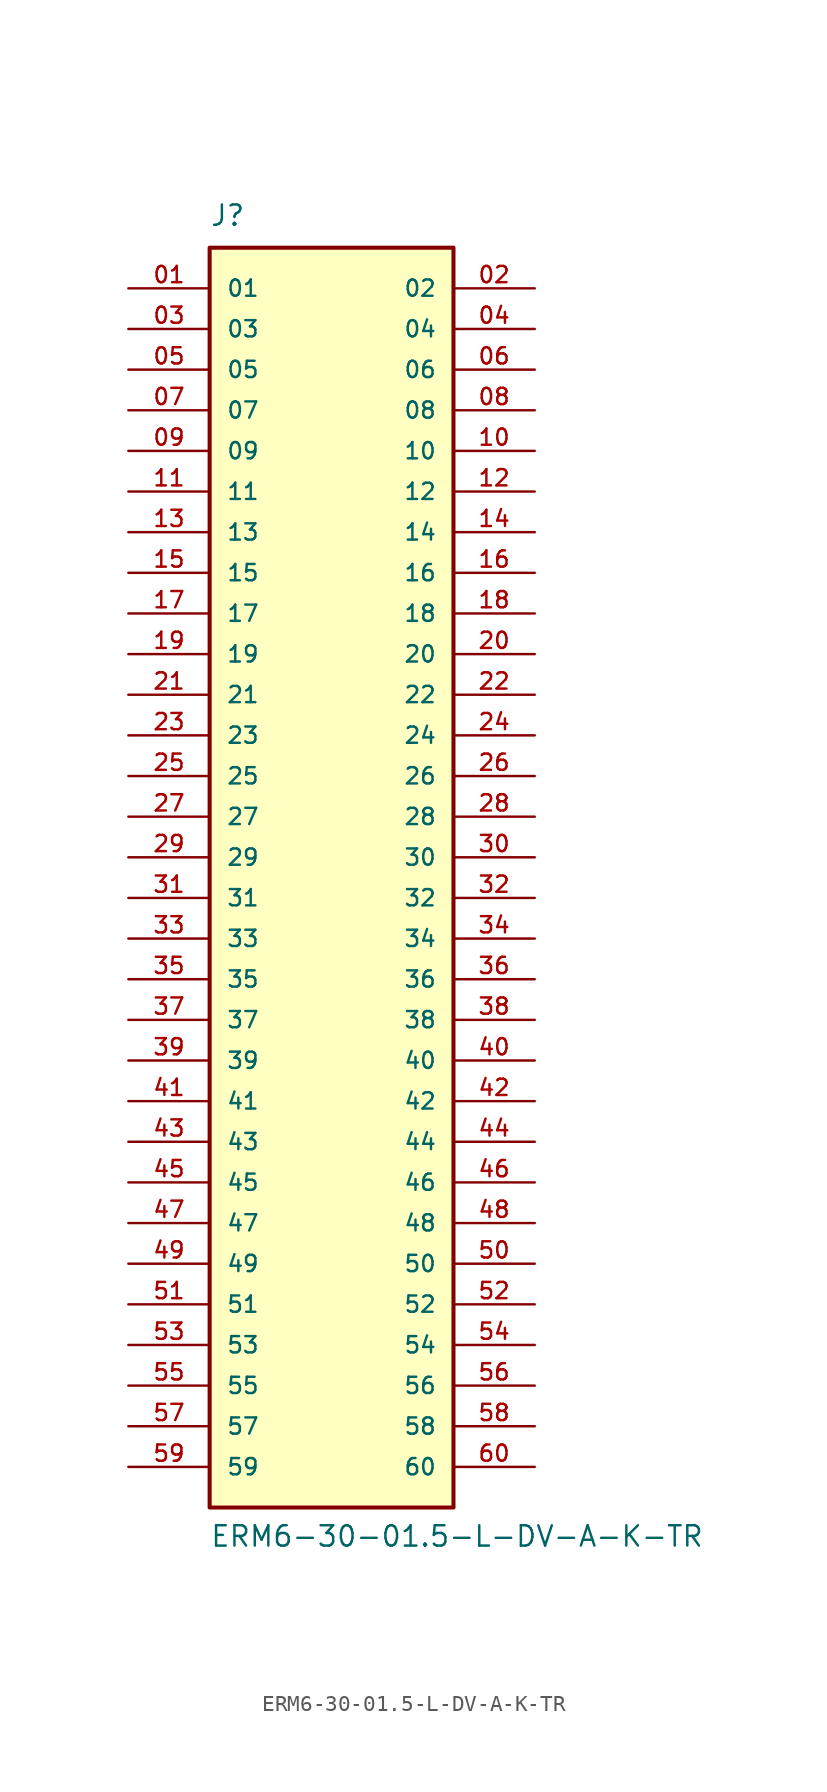
<source format=kicad_sym>
(kicad_symbol_lib
  (version 20211014)
  (generator kicad_symbol_editor)
  (symbol "ERM6-30-01.5-L-DV-A-K-TR"
    (pin_names
      (offset 1.016))
    (property "Reference" "J"
      (at -7.62 39.37 0)
      (effects (font (size 1.27 1.27)) (justify bottom left)))
    (property "Value" "ERM6-30-01.5-L-DV-A-K-TR"
      (at -7.62 -43.18 0)
      (effects (font (size 1.27 1.27)) (justify bottom left)))
    (symbol "ERM6-30-01.5-L-DV-A-K-TR_0_0"
      (rectangle (start -7.62 -40.64) (end 7.62 38.1) (stroke (width 0.254)) (fill (type background)))
      (pin passive line (at -12.7 35.56 0) (length 5.08) (name "01" (effects (font (size 1.016 1.016)))) (number "01" (effects (font (size 1.016 1.016)))))
      (pin passive line (at 12.7 35.56 180.0) (length 5.08) (name "02" (effects (font (size 1.016 1.016)))) (number "02" (effects (font (size 1.016 1.016)))))
      (pin passive line (at -12.7 33.02 0) (length 5.08) (name "03" (effects (font (size 1.016 1.016)))) (number "03" (effects (font (size 1.016 1.016)))))
      (pin passive line (at 12.7 33.02 180.0) (length 5.08) (name "04" (effects (font (size 1.016 1.016)))) (number "04" (effects (font (size 1.016 1.016)))))
      (pin passive line (at -12.7 30.48 0) (length 5.08) (name "05" (effects (font (size 1.016 1.016)))) (number "05" (effects (font (size 1.016 1.016)))))
      (pin passive line (at 12.7 30.48 180.0) (length 5.08) (name "06" (effects (font (size 1.016 1.016)))) (number "06" (effects (font (size 1.016 1.016)))))
      (pin passive line (at -12.7 27.94 0) (length 5.08) (name "07" (effects (font (size 1.016 1.016)))) (number "07" (effects (font (size 1.016 1.016)))))
      (pin passive line (at 12.7 27.94 180.0) (length 5.08) (name "08" (effects (font (size 1.016 1.016)))) (number "08" (effects (font (size 1.016 1.016)))))
      (pin passive line (at -12.7 25.4 0) (length 5.08) (name "09" (effects (font (size 1.016 1.016)))) (number "09" (effects (font (size 1.016 1.016)))))
      (pin passive line (at 12.7 25.4 180.0) (length 5.08) (name "10" (effects (font (size 1.016 1.016)))) (number "10" (effects (font (size 1.016 1.016)))))
      (pin passive line (at -12.7 22.86 0) (length 5.08) (name "11" (effects (font (size 1.016 1.016)))) (number "11" (effects (font (size 1.016 1.016)))))
      (pin passive line (at 12.7 22.86 180.0) (length 5.08) (name "12" (effects (font (size 1.016 1.016)))) (number "12" (effects (font (size 1.016 1.016)))))
      (pin passive line (at -12.7 20.32 0) (length 5.08) (name "13" (effects (font (size 1.016 1.016)))) (number "13" (effects (font (size 1.016 1.016)))))
      (pin passive line (at 12.7 20.32 180.0) (length 5.08) (name "14" (effects (font (size 1.016 1.016)))) (number "14" (effects (font (size 1.016 1.016)))))
      (pin passive line (at -12.7 17.78 0) (length 5.08) (name "15" (effects (font (size 1.016 1.016)))) (number "15" (effects (font (size 1.016 1.016)))))
      (pin passive line (at 12.7 17.78 180.0) (length 5.08) (name "16" (effects (font (size 1.016 1.016)))) (number "16" (effects (font (size 1.016 1.016)))))
      (pin passive line (at -12.7 15.24 0) (length 5.08) (name "17" (effects (font (size 1.016 1.016)))) (number "17" (effects (font (size 1.016 1.016)))))
      (pin passive line (at 12.7 15.24 180.0) (length 5.08) (name "18" (effects (font (size 1.016 1.016)))) (number "18" (effects (font (size 1.016 1.016)))))
      (pin passive line (at -12.7 12.7 0) (length 5.08) (name "19" (effects (font (size 1.016 1.016)))) (number "19" (effects (font (size 1.016 1.016)))))
      (pin passive line (at 12.7 12.7 180.0) (length 5.08) (name "20" (effects (font (size 1.016 1.016)))) (number "20" (effects (font (size 1.016 1.016)))))
      (pin passive line (at -12.7 10.16 0) (length 5.08) (name "21" (effects (font (size 1.016 1.016)))) (number "21" (effects (font (size 1.016 1.016)))))
      (pin passive line (at 12.7 10.16 180.0) (length 5.08) (name "22" (effects (font (size 1.016 1.016)))) (number "22" (effects (font (size 1.016 1.016)))))
      (pin passive line (at -12.7 7.62 0) (length 5.08) (name "23" (effects (font (size 1.016 1.016)))) (number "23" (effects (font (size 1.016 1.016)))))
      (pin passive line (at 12.7 7.62 180.0) (length 5.08) (name "24" (effects (font (size 1.016 1.016)))) (number "24" (effects (font (size 1.016 1.016)))))
      (pin passive line (at -12.7 5.08 0) (length 5.08) (name "25" (effects (font (size 1.016 1.016)))) (number "25" (effects (font (size 1.016 1.016)))))
      (pin passive line (at 12.7 5.08 180.0) (length 5.08) (name "26" (effects (font (size 1.016 1.016)))) (number "26" (effects (font (size 1.016 1.016)))))
      (pin passive line (at -12.7 2.54 0) (length 5.08) (name "27" (effects (font (size 1.016 1.016)))) (number "27" (effects (font (size 1.016 1.016)))))
      (pin passive line (at 12.7 2.54 180.0) (length 5.08) (name "28" (effects (font (size 1.016 1.016)))) (number "28" (effects (font (size 1.016 1.016)))))
      (pin passive line (at -12.7 0.0 0) (length 5.08) (name "29" (effects (font (size 1.016 1.016)))) (number "29" (effects (font (size 1.016 1.016)))))
      (pin passive line (at 12.7 0.0 180.0) (length 5.08) (name "30" (effects (font (size 1.016 1.016)))) (number "30" (effects (font (size 1.016 1.016)))))
      (pin passive line (at -12.7 -2.54 0) (length 5.08) (name "31" (effects (font (size 1.016 1.016)))) (number "31" (effects (font (size 1.016 1.016)))))
      (pin passive line (at 12.7 -2.54 180.0) (length 5.08) (name "32" (effects (font (size 1.016 1.016)))) (number "32" (effects (font (size 1.016 1.016)))))
      (pin passive line (at -12.7 -5.08 0) (length 5.08) (name "33" (effects (font (size 1.016 1.016)))) (number "33" (effects (font (size 1.016 1.016)))))
      (pin passive line (at 12.7 -5.08 180.0) (length 5.08) (name "34" (effects (font (size 1.016 1.016)))) (number "34" (effects (font (size 1.016 1.016)))))
      (pin passive line (at -12.7 -7.62 0) (length 5.08) (name "35" (effects (font (size 1.016 1.016)))) (number "35" (effects (font (size 1.016 1.016)))))
      (pin passive line (at 12.7 -7.62 180.0) (length 5.08) (name "36" (effects (font (size 1.016 1.016)))) (number "36" (effects (font (size 1.016 1.016)))))
      (pin passive line (at -12.7 -10.16 0) (length 5.08) (name "37" (effects (font (size 1.016 1.016)))) (number "37" (effects (font (size 1.016 1.016)))))
      (pin passive line (at 12.7 -10.16 180.0) (length 5.08) (name "38" (effects (font (size 1.016 1.016)))) (number "38" (effects (font (size 1.016 1.016)))))
      (pin passive line (at -12.7 -12.7 0) (length 5.08) (name "39" (effects (font (size 1.016 1.016)))) (number "39" (effects (font (size 1.016 1.016)))))
      (pin passive line (at 12.7 -12.7 180.0) (length 5.08) (name "40" (effects (font (size 1.016 1.016)))) (number "40" (effects (font (size 1.016 1.016)))))
      (pin passive line (at -12.7 -15.24 0) (length 5.08) (name "41" (effects (font (size 1.016 1.016)))) (number "41" (effects (font (size 1.016 1.016)))))
      (pin passive line (at 12.7 -15.24 180.0) (length 5.08) (name "42" (effects (font (size 1.016 1.016)))) (number "42" (effects (font (size 1.016 1.016)))))
      (pin passive line (at -12.7 -17.78 0) (length 5.08) (name "43" (effects (font (size 1.016 1.016)))) (number "43" (effects (font (size 1.016 1.016)))))
      (pin passive line (at 12.7 -17.78 180.0) (length 5.08) (name "44" (effects (font (size 1.016 1.016)))) (number "44" (effects (font (size 1.016 1.016)))))
      (pin passive line (at -12.7 -20.32 0) (length 5.08) (name "45" (effects (font (size 1.016 1.016)))) (number "45" (effects (font (size 1.016 1.016)))))
      (pin passive line (at 12.7 -20.32 180.0) (length 5.08) (name "46" (effects (font (size 1.016 1.016)))) (number "46" (effects (font (size 1.016 1.016)))))
      (pin passive line (at -12.7 -22.86 0) (length 5.08) (name "47" (effects (font (size 1.016 1.016)))) (number "47" (effects (font (size 1.016 1.016)))))
      (pin passive line (at 12.7 -22.86 180.0) (length 5.08) (name "48" (effects (font (size 1.016 1.016)))) (number "48" (effects (font (size 1.016 1.016)))))
      (pin passive line (at -12.7 -25.4 0) (length 5.08) (name "49" (effects (font (size 1.016 1.016)))) (number "49" (effects (font (size 1.016 1.016)))))
      (pin passive line (at 12.7 -25.4 180.0) (length 5.08) (name "50" (effects (font (size 1.016 1.016)))) (number "50" (effects (font (size 1.016 1.016)))))
      (pin passive line (at -12.7 -27.94 0) (length 5.08) (name "51" (effects (font (size 1.016 1.016)))) (number "51" (effects (font (size 1.016 1.016)))))
      (pin passive line (at 12.7 -27.94 180.0) (length 5.08) (name "52" (effects (font (size 1.016 1.016)))) (number "52" (effects (font (size 1.016 1.016)))))
      (pin passive line (at -12.7 -30.48 0) (length 5.08) (name "53" (effects (font (size 1.016 1.016)))) (number "53" (effects (font (size 1.016 1.016)))))
      (pin passive line (at 12.7 -30.48 180.0) (length 5.08) (name "54" (effects (font (size 1.016 1.016)))) (number "54" (effects (font (size 1.016 1.016)))))
      (pin passive line (at -12.7 -33.02 0) (length 5.08) (name "55" (effects (font (size 1.016 1.016)))) (number "55" (effects (font (size 1.016 1.016)))))
      (pin passive line (at 12.7 -33.02 180.0) (length 5.08) (name "56" (effects (font (size 1.016 1.016)))) (number "56" (effects (font (size 1.016 1.016)))))
      (pin passive line (at -12.7 -35.56 0) (length 5.08) (name "57" (effects (font (size 1.016 1.016)))) (number "57" (effects (font (size 1.016 1.016)))))
      (pin passive line (at 12.7 -35.56 180.0) (length 5.08) (name "58" (effects (font (size 1.016 1.016)))) (number "58" (effects (font (size 1.016 1.016)))))
      (pin passive line (at -12.7 -38.1 0) (length 5.08) (name "59" (effects (font (size 1.016 1.016)))) (number "59" (effects (font (size 1.016 1.016)))))
      (pin passive line (at 12.7 -38.1 180.0) (length 5.08) (name "60" (effects (font (size 1.016 1.016)))) (number "60" (effects (font (size 1.016 1.016))))))))
</source>
